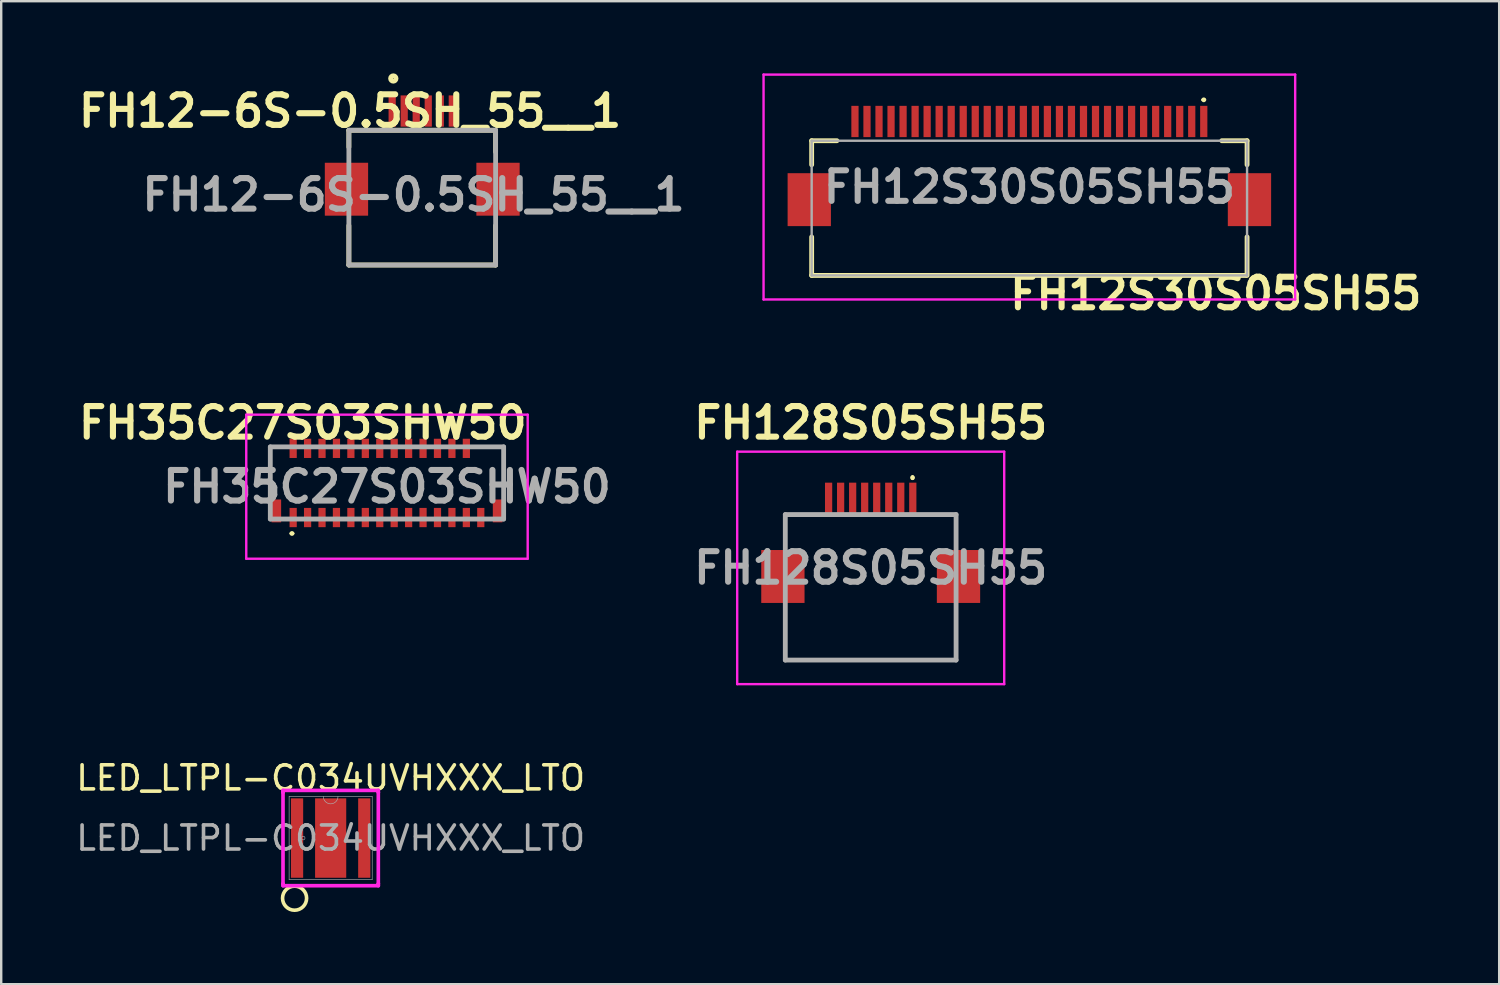
<source format=kicad_pcb>
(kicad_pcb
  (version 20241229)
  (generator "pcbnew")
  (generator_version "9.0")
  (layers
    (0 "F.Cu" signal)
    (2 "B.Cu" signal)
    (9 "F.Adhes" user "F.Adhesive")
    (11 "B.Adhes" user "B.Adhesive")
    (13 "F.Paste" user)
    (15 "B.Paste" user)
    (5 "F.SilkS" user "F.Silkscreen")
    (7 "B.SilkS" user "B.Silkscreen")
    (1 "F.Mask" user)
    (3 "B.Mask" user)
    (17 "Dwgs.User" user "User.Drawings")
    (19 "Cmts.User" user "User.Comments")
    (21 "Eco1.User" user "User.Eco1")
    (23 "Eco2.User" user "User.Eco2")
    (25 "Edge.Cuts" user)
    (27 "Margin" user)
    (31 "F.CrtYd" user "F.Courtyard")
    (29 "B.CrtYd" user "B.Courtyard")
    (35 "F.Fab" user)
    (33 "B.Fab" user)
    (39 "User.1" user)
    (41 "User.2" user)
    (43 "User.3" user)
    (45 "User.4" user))
  (footprint "LED_LTPL-C034UVHXXX_LTO"
    (layer "F.Cu")
    (at 10.696 31.789)
    (property "Reference" "LED_LTPL-C034UVHXXX_LTO" (at 0 -2.5 0) (unlocked yes) (layer "F.SilkS") (effects (font (size 1 1) (thickness 0.15))))
    (attr smd)
    (fp_circle (center -1.5 2.5) (end -1 2.5) (stroke (width 0.15) (type default)) (fill no) (layer "F.SilkS"))
    (fp_poly (pts (xy -0.548 -1.551) (xy -0.548 -0.1) (xy 0.548 -0.1) (xy 0.548 -1.551)) (stroke (width 0) (type solid)) (fill yes) (layer "F.Paste"))
    (fp_poly (pts (xy -0.548 0.1) (xy -0.548 1.551) (xy 0.548 1.551) (xy 0.548 0.1)) (stroke (width 0) (type solid)) (fill yes) (layer "F.Paste"))
    (fp_line (start -1.981 -1.981) (end 1.981 -1.981) (stroke (width 0.152) (type solid)) (layer "F.CrtYd"))
    (fp_line (start -1.981 -1.905) (end -1.981 -1.981) (stroke (width 0.152) (type solid)) (layer "F.CrtYd"))
    (fp_line (start -1.981 -1.905) (end -1.981 -1.905) (stroke (width 0.152) (type solid)) (layer "F.CrtYd"))
    (fp_line (start -1.981 1.905) (end -1.981 -1.905) (stroke (width 0.152) (type solid)) (layer "F.CrtYd"))
    (fp_line (start -1.981 1.905) (end -1.981 1.905) (stroke (width 0.152) (type solid)) (layer "F.CrtYd"))
    (fp_line (start -1.981 1.981) (end -1.981 1.905) (stroke (width 0.152) (type solid)) (layer "F.CrtYd"))
    (fp_line (start 1.981 -1.981) (end 1.981 -1.905) (stroke (width 0.152) (type solid)) (layer "F.CrtYd"))
    (fp_line (start 1.981 -1.905) (end 1.981 -1.905) (stroke (width 0.152) (type solid)) (layer "F.CrtYd"))
    (fp_line (start 1.981 -1.905) (end 1.981 1.905) (stroke (width 0.152) (type solid)) (layer "F.CrtYd"))
    (fp_line (start 1.981 1.905) (end 1.981 1.905) (stroke (width 0.152) (type solid)) (layer "F.CrtYd"))
    (fp_line (start 1.981 1.905) (end 1.981 1.981) (stroke (width 0.152) (type solid)) (layer "F.CrtYd"))
    (fp_line (start 1.981 1.981) (end -1.981 1.981) (stroke (width 0.152) (type solid)) (layer "F.CrtYd"))
    (fp_line (start -1.727 -1.727) (end -1.727 1.727) (stroke (width 0.025) (type solid)) (layer "F.Fab"))
    (fp_line (start -1.727 1.727) (end 1.727 1.727) (stroke (width 0.025) (type solid)) (layer "F.Fab"))
    (fp_line (start 1.727 -1.727) (end -1.727 -1.727) (stroke (width 0.025) (type solid)) (layer "F.Fab"))
    (fp_line (start 1.727 1.727) (end 1.727 -1.727) (stroke (width 0.025) (type solid)) (layer "F.Fab"))
    (fp_arc (start 0.3048 -1.7272) (mid 0 -1.4224) (end -0.3048 -1.7272) (stroke (width 0.0254) (type solid)) (layer "F.Fab"))
    (fp_circle (center -1.143 0) (end -1.067 0) (stroke (width 0.025) (type solid)) (fill no) (layer "F.Fab"))
    (fp_text user "${REFERENCE}" (at 0 0 0) (unlocked yes) (layer "F.Fab") (effects (font (size 1 1) (thickness 0.15))))
    (pad "1" smd rect (at -1.397 0) (size 0.508 3.302) (layers "F.Cu" "F.Mask" "F.Paste"))
    (pad "2" smd rect (at 1.397 0) (size 0.508 3.302) (layers "F.Cu" "F.Mask" "F.Paste"))
    (pad "3" smd rect (at 0 0) (size 1.295 3.302) (layers "F.Cu" "F.Mask" "F.Paste")))
  (footprint "FH35C27S03SHW50"
    (layer "F.Cu")
    (at 13.037 17.027)
    (property "Reference" "FH35C27S03SHW50" (at -3.5 -2.5 0) (layer "F.SilkS") (effects (font (size 1.27 1.27) (thickness 0.254))))
    (attr smd)
    (fp_line (start -4.85 -1.5) (end -4.85 0.6) (stroke (width 0.1) (type solid)) (layer "F.SilkS"))
    (fp_line (start -4.3 -1.5) (end -4.85 -1.5) (stroke (width 0.1) (type solid)) (layer "F.SilkS"))
    (fp_line (start -4 2.1) (end -4 2.1) (stroke (width 0.1) (type solid)) (layer "F.SilkS"))
    (fp_line (start -3.9 2.1) (end -3.9 2.1) (stroke (width 0.1) (type solid)) (layer "F.SilkS"))
    (fp_line (start 3.6 -1.5) (end 4.85 -1.5) (stroke (width 0.1) (type solid)) (layer "F.SilkS"))
    (fp_line (start 4.85 -1.5) (end 4.85 0.5) (stroke (width 0.1) (type solid)) (layer "F.SilkS"))
    (fp_arc (start -4 2.1) (mid -3.95 2.05) (end -3.9 2.1) (stroke (width 0.1) (type solid)) (layer "F.SilkS"))
    (fp_arc (start -3.9 2.1) (mid -3.95 2.15) (end -4 2.1) (stroke (width 0.1) (type solid)) (layer "F.SilkS"))
    (fp_line (start -5.85 -2.838) (end 5.85 -2.838) (stroke (width 0.1) (type solid)) (layer "F.CrtYd"))
    (fp_line (start -5.85 3.15) (end -5.85 -2.838) (stroke (width 0.1) (type solid)) (layer "F.CrtYd"))
    (fp_line (start 5.85 -2.838) (end 5.85 3.15) (stroke (width 0.1) (type solid)) (layer "F.CrtYd"))
    (fp_line (start 5.85 3.15) (end -5.85 3.15) (stroke (width 0.1) (type solid)) (layer "F.CrtYd"))
    (fp_line (start -4.85 -1.5) (end 4.85 -1.5) (stroke (width 0.2) (type solid)) (layer "F.Fab"))
    (fp_line (start -4.85 1.5) (end -4.85 -1.5) (stroke (width 0.2) (type solid)) (layer "F.Fab"))
    (fp_line (start 4.85 -1.5) (end 4.85 1.5) (stroke (width 0.2) (type solid)) (layer "F.Fab"))
    (fp_line (start 4.85 1.5) (end -4.85 1.5) (stroke (width 0.2) (type solid)) (layer "F.Fab"))
    (fp_text user "${REFERENCE}" (at 0 0.156 0) (layer "F.Fab") (effects (font (size 1.27 1.27) (thickness 0.254))))
    (pad "1" smd rect (at -3.9 1.438) (size 0.3 0.8) (layers "F.Cu" "F.Mask" "F.Paste"))
    (pad "2" smd rect (at -3.9 -1.438) (size 0.3 0.8) (layers "F.Cu" "F.Mask" "F.Paste"))
    (pad "3" smd rect (at -3.3 1.438) (size 0.3 0.8) (layers "F.Cu" "F.Mask" "F.Paste"))
    (pad "4" smd rect (at -3.3 -1.438) (size 0.3 0.8) (layers "F.Cu" "F.Mask" "F.Paste"))
    (pad "5" smd rect (at -2.7 1.438) (size 0.3 0.8) (layers "F.Cu" "F.Mask" "F.Paste"))
    (pad "6" smd rect (at -2.7 -1.438) (size 0.3 0.8) (layers "F.Cu" "F.Mask" "F.Paste"))
    (pad "7" smd rect (at -2.1 1.438) (size 0.3 0.8) (layers "F.Cu" "F.Mask" "F.Paste"))
    (pad "8" smd rect (at -2.1 -1.438) (size 0.3 0.8) (layers "F.Cu" "F.Mask" "F.Paste"))
    (pad "9" smd rect (at -1.5 1.438) (size 0.3 0.8) (layers "F.Cu" "F.Mask" "F.Paste"))
    (pad "10" smd rect (at -1.5 -1.438) (size 0.3 0.8) (layers "F.Cu" "F.Mask" "F.Paste"))
    (pad "11" smd rect (at -0.9 1.438) (size 0.3 0.8) (layers "F.Cu" "F.Mask" "F.Paste"))
    (pad "12" smd rect (at -0.9 -1.438) (size 0.3 0.8) (layers "F.Cu" "F.Mask" "F.Paste"))
    (pad "13" smd rect (at -0.3 1.438) (size 0.3 0.8) (layers "F.Cu" "F.Mask" "F.Paste"))
    (pad "14" smd rect (at -0.3 -1.438) (size 0.3 0.8) (layers "F.Cu" "F.Mask" "F.Paste"))
    (pad "15" smd rect (at 0.3 1.438) (size 0.3 0.8) (layers "F.Cu" "F.Mask" "F.Paste"))
    (pad "16" smd rect (at 0.3 -1.438) (size 0.3 0.8) (layers "F.Cu" "F.Mask" "F.Paste"))
    (pad "17" smd rect (at 0.9 1.438) (size 0.3 0.8) (layers "F.Cu" "F.Mask" "F.Paste"))
    (pad "18" smd rect (at 0.9 -1.438) (size 0.3 0.8) (layers "F.Cu" "F.Mask" "F.Paste"))
    (pad "19" smd rect (at 1.5 1.438) (size 0.3 0.8) (layers "F.Cu" "F.Mask" "F.Paste"))
    (pad "20" smd rect (at 1.5 -1.438) (size 0.3 0.8) (layers "F.Cu" "F.Mask" "F.Paste"))
    (pad "21" smd rect (at 2.1 1.438) (size 0.3 0.8) (layers "F.Cu" "F.Mask" "F.Paste"))
    (pad "22" smd rect (at 2.1 -1.438) (size 0.3 0.8) (layers "F.Cu" "F.Mask" "F.Paste"))
    (pad "23" smd rect (at 2.7 1.438) (size 0.3 0.8) (layers "F.Cu" "F.Mask" "F.Paste"))
    (pad "24" smd rect (at 2.7 -1.438) (size 0.3 0.8) (layers "F.Cu" "F.Mask" "F.Paste"))
    (pad "25" smd rect (at 3.3 1.438) (size 0.3 0.8) (layers "F.Cu" "F.Mask" "F.Paste"))
    (pad "26" smd rect (at 3.3 -1.438) (size 0.3 0.8) (layers "F.Cu" "F.Mask" "F.Paste"))
    (pad "27" smd rect (at 3.9 1.438) (size 0.3 0.8) (layers "F.Cu" "F.Mask" "F.Paste"))
    (pad "MP1" smd rect (at -4.6 1.162) (size 0.4 0.95) (layers "F.Cu" "F.Mask" "F.Paste"))
    (pad "MP2" smd rect (at 4.6 1.162) (size 0.4 0.95) (layers "F.Cu" "F.Mask" "F.Paste")))
  (footprint "FH12-6S-0.5SH_55__1"
    (layer "F.Cu")
    (at 14.503 1.566)
    (property "Reference" "FH12-6S-0.5SH_55__1" (at -3 0 0) (layer "F.SilkS") (effects (font (size 1.27 1.27) (thickness 0.254))))
    (attr smd)
    (fp_line (start -3.05 0.8) (end -3.05 1.5) (stroke (width 0.2) (type solid)) (layer "F.SilkS"))
    (fp_line (start -3.05 0.8) (end 3.05 0.8) (stroke (width 0.2) (type solid)) (layer "F.SilkS"))
    (fp_line (start -3.05 6.4) (end -3.05 4.76) (stroke (width 0.2) (type solid)) (layer "F.SilkS"))
    (fp_line (start -3.05 6.4) (end 3.05 6.4) (stroke (width 0.2) (type solid)) (layer "F.SilkS"))
    (fp_line (start 3.05 0.8) (end 3.05 1.7) (stroke (width 0.2) (type solid)) (layer "F.SilkS"))
    (fp_line (start 3.05 6.4) (end 3.05 4.76) (stroke (width 0.2) (type solid)) (layer "F.SilkS"))
    (fp_circle (center -1.203 -1.353) (end -1.203 -1.24) (stroke (width 0.2) (type solid)) (fill no) (layer "F.SilkS"))
    (fp_line (start -3.05 0.8) (end 3.05 0.8) (stroke (width 0.2) (type solid)) (layer "F.Fab"))
    (fp_line (start -3.05 6.4) (end -3.05 0.8) (stroke (width 0.2) (type solid)) (layer "F.Fab"))
    (fp_line (start 3.05 0.8) (end 3.05 6.4) (stroke (width 0.2) (type solid)) (layer "F.Fab"))
    (fp_line (start 3.05 6.4) (end -3.05 6.4) (stroke (width 0.2) (type solid)) (layer "F.Fab"))
    (fp_text user "${REFERENCE}" (at -0.363 3.483 0) (layer "F.Fab") (effects (font (size 1.27 1.27) (thickness 0.254))))
    (pad "1" smd rect (at -1.25 0) (size 0.3 1.3) (layers "F.Cu" "F.Mask" "F.Paste"))
    (pad "2" smd rect (at -0.75 0) (size 0.3 1.3) (layers "F.Cu" "F.Mask" "F.Paste"))
    (pad "3" smd rect (at -0.25 0) (size 0.3 1.3) (layers "F.Cu" "F.Mask" "F.Paste"))
    (pad "4" smd rect (at 0.25 0) (size 0.3 1.3) (layers "F.Cu" "F.Mask" "F.Paste"))
    (pad "5" smd rect (at 0.75 0) (size 0.3 1.3) (layers "F.Cu" "F.Mask" "F.Paste"))
    (pad "6" smd rect (at 1.25 0) (size 0.3 1.3) (layers "F.Cu" "F.Mask" "F.Paste"))
    (pad "7" smd rect (at -3.15 3.25) (size 1.8 2.2) (layers "F.Cu" "F.Mask" "F.Paste"))
    (pad "8" smd rect (at 3.15 3.25) (size 1.8 2.2) (layers "F.Cu" "F.Mask" "F.Paste")))
  (footprint "FH128S05SH55"
    (layer "F.Cu")
    (at 33.146 21.027)
    (property "Reference" "FH128S05SH55" (at 0 -6.5 0) (layer "F.SilkS") (effects (font (size 1.27 1.27) (thickness 0.254))))
    (attr smd)
    (fp_line (start -3.55 -2.686) (end -2.5 -2.686) (stroke (width 0.1) (type solid)) (layer "F.SilkS"))
    (fp_line (start -3.55 -1.737) (end -3.55 -2.686) (stroke (width 0.1) (type solid)) (layer "F.SilkS"))
    (fp_line (start -3.55 1.763) (end -3.55 3.363) (stroke (width 0.1) (type solid)) (layer "F.SilkS"))
    (fp_line (start -3.55 3.363) (end 3.55 3.363) (stroke (width 0.1) (type solid)) (layer "F.SilkS"))
    (fp_line (start 1.74 -4.27) (end 1.74 -4.27) (stroke (width 0.1) (type solid)) (layer "F.SilkS"))
    (fp_line (start 1.74 -4.17) (end 1.74 -4.17) (stroke (width 0.1) (type solid)) (layer "F.SilkS"))
    (fp_line (start 3.55 -2.686) (end 2.5 -2.686) (stroke (width 0.1) (type solid)) (layer "F.SilkS"))
    (fp_line (start 3.55 -1.737) (end 3.55 -2.686) (stroke (width 0.1) (type solid)) (layer "F.SilkS"))
    (fp_line (start 3.55 3.363) (end 3.55 1.763) (stroke (width 0.1) (type solid)) (layer "F.SilkS"))
    (fp_arc (start 1.74 -4.27) (mid 1.79 -4.22) (end 1.74 -4.17) (stroke (width 0.1) (type solid)) (layer "F.SilkS"))
    (fp_arc (start 1.74 -4.17) (mid 1.69 -4.22) (end 1.74 -4.27) (stroke (width 0.1) (type solid)) (layer "F.SilkS"))
    (fp_line (start -5.55 -5.3) (end 5.55 -5.3) (stroke (width 0.1) (type solid)) (layer "F.CrtYd"))
    (fp_line (start -5.55 4.363) (end -5.55 -5.3) (stroke (width 0.1) (type solid)) (layer "F.CrtYd"))
    (fp_line (start 5.55 -5.3) (end 5.55 4.363) (stroke (width 0.1) (type solid)) (layer "F.CrtYd"))
    (fp_line (start 5.55 4.363) (end -5.55 4.363) (stroke (width 0.1) (type solid)) (layer "F.CrtYd"))
    (fp_line (start -3.55 -2.686) (end 3.55 -2.686) (stroke (width 0.2) (type solid)) (layer "F.Fab"))
    (fp_line (start -3.55 3.363) (end -3.55 -2.686) (stroke (width 0.2) (type solid)) (layer "F.Fab"))
    (fp_line (start 3.55 -2.686) (end 3.55 3.363) (stroke (width 0.2) (type solid)) (layer "F.Fab"))
    (fp_line (start 3.55 3.363) (end -3.55 3.363) (stroke (width 0.2) (type solid)) (layer "F.Fab"))
    (fp_text user "${REFERENCE}" (at 0 -0.469 0) (layer "F.Fab") (effects (font (size 1.27 1.27) (thickness 0.254))))
    (pad "1" smd rect (at 1.75 -3.362) (size 0.3 1.3) (layers "F.Cu" "F.Mask" "F.Paste"))
    (pad "2" smd rect (at 1.25 -3.362) (size 0.3 1.3) (layers "F.Cu" "F.Mask" "F.Paste"))
    (pad "3" smd rect (at 0.75 -3.362) (size 0.3 1.3) (layers "F.Cu" "F.Mask" "F.Paste"))
    (pad "4" smd rect (at 0.25 -3.362) (size 0.3 1.3) (layers "F.Cu" "F.Mask" "F.Paste"))
    (pad "5" smd rect (at -0.25 -3.362) (size 0.3 1.3) (layers "F.Cu" "F.Mask" "F.Paste"))
    (pad "6" smd rect (at -0.75 -3.362) (size 0.3 1.3) (layers "F.Cu" "F.Mask" "F.Paste"))
    (pad "7" smd rect (at -1.25 -3.362) (size 0.3 1.3) (layers "F.Cu" "F.Mask" "F.Paste"))
    (pad "8" smd rect (at -1.75 -3.362) (size 0.3 1.3) (layers "F.Cu" "F.Mask" "F.Paste"))
    (pad "MP1" smd rect (at 3.65 -0.112) (size 1.8 2.2) (layers "F.Cu" "F.Mask" "F.Paste"))
    (pad "MP2" smd rect (at -3.65 -0.112) (size 1.8 2.2) (layers "F.Cu" "F.Mask" "F.Paste")))
  (footprint "FH12S30S05SH55"
    (layer "F.Cu")
    (at 39.732 5.3)
    (property "Reference" "FH12S30S05SH55" (at 7.76 3.85 180) (layer "F.SilkS") (effects (font (size 1.27 1.27) (thickness 0.254))))
    (attr smd)
    (fp_line (start -9.04 -2.5) (end -7.99 -2.5) (stroke (width 0.2) (type solid)) (layer "F.SilkS"))
    (fp_line (start -9.04 -1.5) (end -9.04 -2.5) (stroke (width 0.2) (type solid)) (layer "F.SilkS"))
    (fp_line (start -9.04 3.1) (end -9.04 1.5) (stroke (width 0.2) (type solid)) (layer "F.SilkS"))
    (fp_line (start 7.21 -4.2) (end 7.21 -4.2) (stroke (width 0.1) (type solid)) (layer "F.SilkS"))
    (fp_line (start 7.31 -4.2) (end 7.31 -4.2) (stroke (width 0.1) (type solid)) (layer "F.SilkS"))
    (fp_line (start 9.01 3.1) (end -9.04 3.1) (stroke (width 0.2) (type solid)) (layer "F.SilkS"))
    (fp_line (start 9.06 -2.5) (end 8.01 -2.5) (stroke (width 0.2) (type solid)) (layer "F.SilkS"))
    (fp_line (start 9.06 -1.5) (end 9.06 -2.5) (stroke (width 0.2) (type solid)) (layer "F.SilkS"))
    (fp_line (start 9.06 1.5) (end 9.06 3.1) (stroke (width 0.2) (type solid)) (layer "F.SilkS"))
    (fp_arc (start 7.21 -4.2) (mid 7.26 -4.25) (end 7.31 -4.2) (stroke (width 0.1) (type solid)) (layer "F.SilkS"))
    (fp_arc (start 7.31 -4.2) (mid 7.26 -4.15) (end 7.21 -4.2) (stroke (width 0.1) (type solid)) (layer "F.SilkS"))
    (fp_line (start -11.04 -5.25) (end 11.06 -5.25) (stroke (width 0.1) (type solid)) (layer "F.CrtYd"))
    (fp_line (start -11.04 4.1) (end -11.04 -5.25) (stroke (width 0.1) (type solid)) (layer "F.CrtYd"))
    (fp_line (start 11.06 -5.25) (end 11.06 4.1) (stroke (width 0.1) (type solid)) (layer "F.CrtYd"))
    (fp_line (start 11.06 4.1) (end -11.04 4.1) (stroke (width 0.1) (type solid)) (layer "F.CrtYd"))
    (fp_line (start -9.04 -2.5) (end 9.06 -2.5) (stroke (width 0.1) (type solid)) (layer "F.Fab"))
    (fp_line (start -9.04 3.1) (end -9.04 -2.5) (stroke (width 0.1) (type solid)) (layer "F.Fab"))
    (fp_line (start 9.06 -2.5) (end 9.06 3.1) (stroke (width 0.1) (type solid)) (layer "F.Fab"))
    (fp_line (start 9.06 3.1) (end -9.04 3.1) (stroke (width 0.1) (type solid)) (layer "F.Fab"))
    (fp_text user "${REFERENCE}" (at 0.01 -0.575 180) (layer "F.Fab") (effects (font (size 1.27 1.27) (thickness 0.254))))
    (pad "1" smd rect (at 7.26 -3.3 180) (size 0.3 1.3) (layers "F.Cu" "F.Mask" "F.Paste"))
    (pad "2" smd rect (at 6.76 -3.3 180) (size 0.3 1.3) (layers "F.Cu" "F.Mask" "F.Paste"))
    (pad "3" smd rect (at 6.26 -3.3 180) (size 0.3 1.3) (layers "F.Cu" "F.Mask" "F.Paste"))
    (pad "4" smd rect (at 5.76 -3.3 180) (size 0.3 1.3) (layers "F.Cu" "F.Mask" "F.Paste"))
    (pad "5" smd rect (at 5.26 -3.3 180) (size 0.3 1.3) (layers "F.Cu" "F.Mask" "F.Paste"))
    (pad "6" smd rect (at 4.76 -3.3 180) (size 0.3 1.3) (layers "F.Cu" "F.Mask" "F.Paste"))
    (pad "7" smd rect (at 4.26 -3.3 180) (size 0.3 1.3) (layers "F.Cu" "F.Mask" "F.Paste"))
    (pad "8" smd rect (at 3.76 -3.3 180) (size 0.3 1.3) (layers "F.Cu" "F.Mask" "F.Paste"))
    (pad "9" smd rect (at 3.26 -3.3 180) (size 0.3 1.3) (layers "F.Cu" "F.Mask" "F.Paste"))
    (pad "10" smd rect (at 2.76 -3.3 180) (size 0.3 1.3) (layers "F.Cu" "F.Mask" "F.Paste"))
    (pad "11" smd rect (at 2.26 -3.3 180) (size 0.3 1.3) (layers "F.Cu" "F.Mask" "F.Paste"))
    (pad "12" smd rect (at 1.76 -3.3 180) (size 0.3 1.3) (layers "F.Cu" "F.Mask" "F.Paste"))
    (pad "13" smd rect (at 1.26 -3.3 180) (size 0.3 1.3) (layers "F.Cu" "F.Mask" "F.Paste"))
    (pad "14" smd rect (at 0.76 -3.3 180) (size 0.3 1.3) (layers "F.Cu" "F.Mask" "F.Paste"))
    (pad "15" smd rect (at 0.26 -3.3 180) (size 0.3 1.3) (layers "F.Cu" "F.Mask" "F.Paste"))
    (pad "16" smd rect (at -0.24 -3.3 180) (size 0.3 1.3) (layers "F.Cu" "F.Mask" "F.Paste"))
    (pad "17" smd rect (at -0.74 -3.3 180) (size 0.3 1.3) (layers "F.Cu" "F.Mask" "F.Paste"))
    (pad "18" smd rect (at -1.24 -3.3 180) (size 0.3 1.3) (layers "F.Cu" "F.Mask" "F.Paste"))
    (pad "19" smd rect (at -1.74 -3.3 180) (size 0.3 1.3) (layers "F.Cu" "F.Mask" "F.Paste"))
    (pad "20" smd rect (at -2.24 -3.3 180) (size 0.3 1.3) (layers "F.Cu" "F.Mask" "F.Paste"))
    (pad "21" smd rect (at -2.74 -3.3 180) (size 0.3 1.3) (layers "F.Cu" "F.Mask" "F.Paste"))
    (pad "22" smd rect (at -3.24 -3.3 180) (size 0.3 1.3) (layers "F.Cu" "F.Mask" "F.Paste"))
    (pad "23" smd rect (at -3.74 -3.3 180) (size 0.3 1.3) (layers "F.Cu" "F.Mask" "F.Paste"))
    (pad "24" smd rect (at -4.24 -3.3 180) (size 0.3 1.3) (layers "F.Cu" "F.Mask" "F.Paste"))
    (pad "25" smd rect (at -4.74 -3.3 180) (size 0.3 1.3) (layers "F.Cu" "F.Mask" "F.Paste"))
    (pad "26" smd rect (at -5.24 -3.3 180) (size 0.3 1.3) (layers "F.Cu" "F.Mask" "F.Paste"))
    (pad "27" smd rect (at -5.74 -3.3 180) (size 0.3 1.3) (layers "F.Cu" "F.Mask" "F.Paste"))
    (pad "28" smd rect (at -6.24 -3.3 180) (size 0.3 1.3) (layers "F.Cu" "F.Mask" "F.Paste"))
    (pad "29" smd rect (at -6.74 -3.3 180) (size 0.3 1.3) (layers "F.Cu" "F.Mask" "F.Paste"))
    (pad "30" smd rect (at -7.24 -3.3 180) (size 0.3 1.3) (layers "F.Cu" "F.Mask" "F.Paste"))
    (pad "MP1" smd rect (at 9.16 -0.05 180) (size 1.8 2.2) (layers "F.Cu" "F.Mask" "F.Paste"))
    (pad "MP2" smd rect (at -9.14 -0.05 180) (size 1.8 2.2) (layers "F.Cu" "F.Mask" "F.Paste")))
  (gr_rect
    (start -3 -3)
    (end 59.273 37.864)
    (stroke (width 0.1) (type default))
    (fill no)
    (layer "Edge.Cuts")))
</source>
